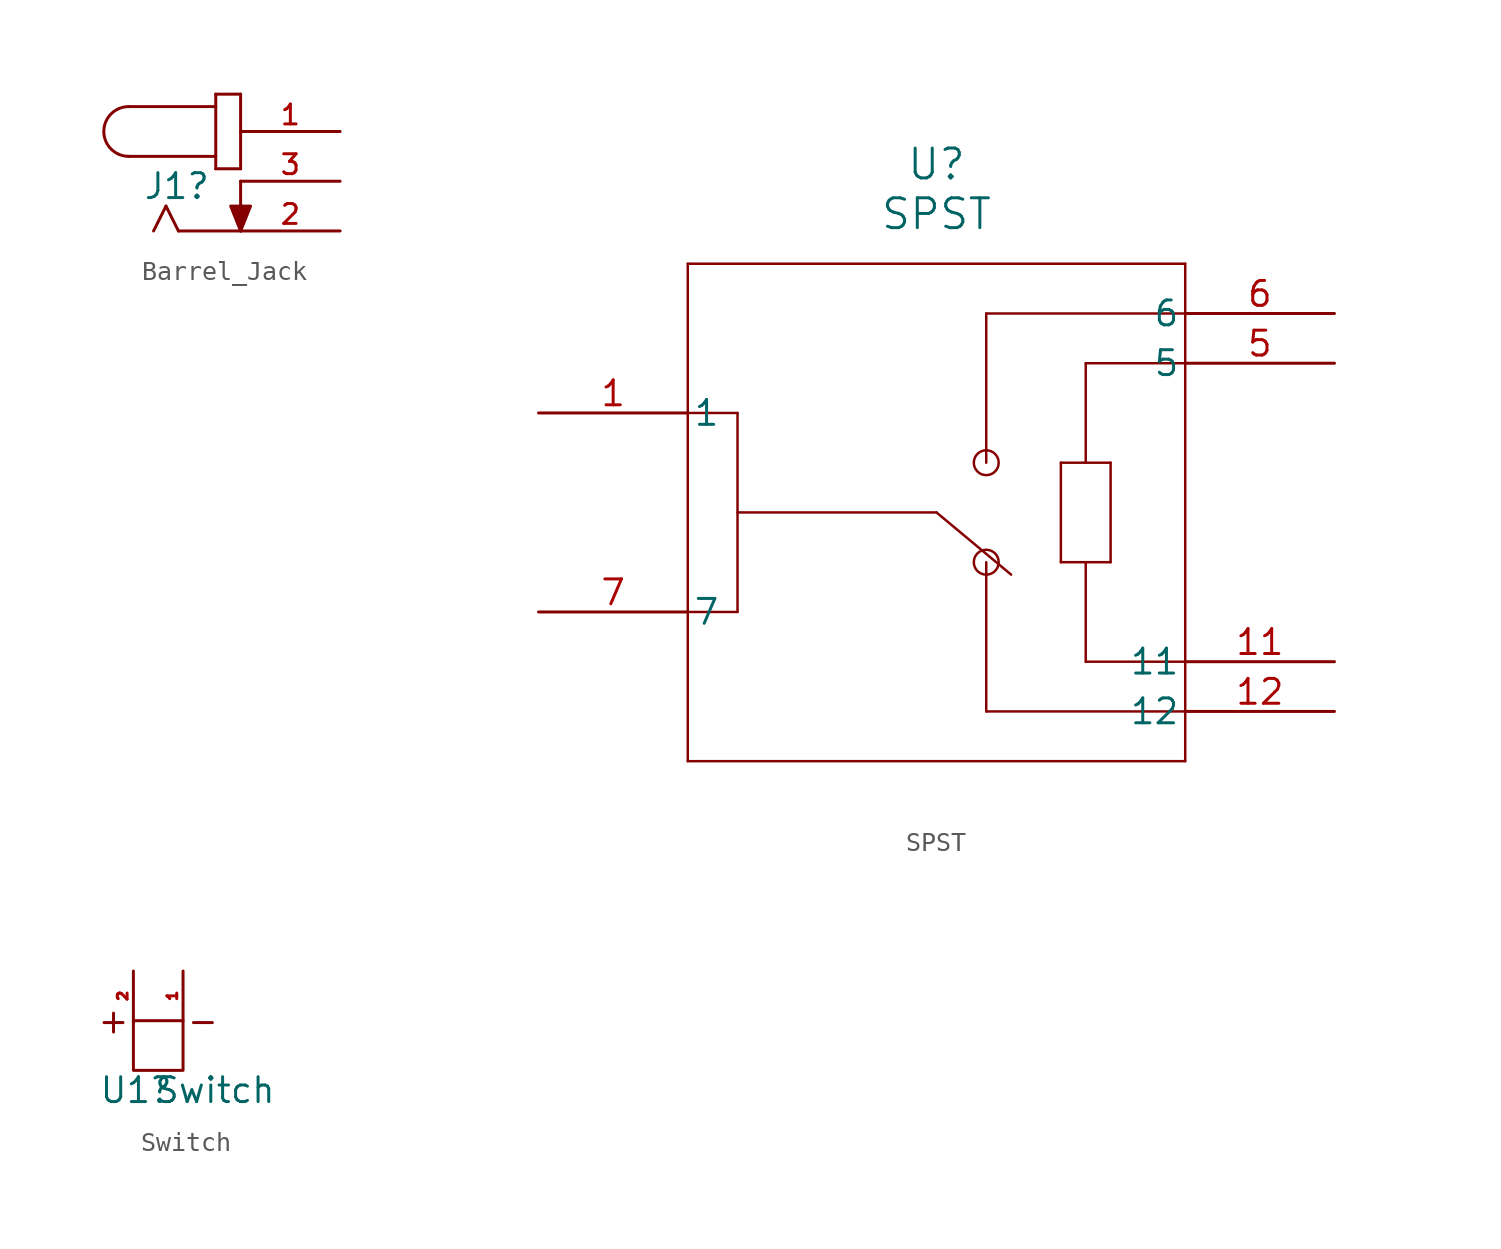
<source format=kicad_sym>
(kicad_symbol_lib
  (version 20231120)
  (generator "kicad_symbol_editor")
  (generator_version "8.0")
  (symbol "Barrel_Jack"
    (pin_names
      (offset 1.016))
    (property "Reference" "J1"
      (at -1.524 -0.254 0)
      (effects (font (size 1.27 1.27)) (justify right)))
    (symbol "Barrel_Jack_0_0"
      (arc (start -5.715 3.81) (mid -6.9794 2.54) (end -5.715 1.27) (stroke (width 0.1524) (type default)) (fill (type none)))
      (polyline (pts (xy -5.715 3.81) (xy -1.27 3.81)) (stroke (width 0.152) (type default)) (fill (type none)))
      (polyline (pts (xy -3.81 -1.27) (xy -4.445 -2.54)) (stroke (width 0.152) (type default)) (fill (type none)))
      (polyline (pts (xy -3.175 -2.54) (xy -3.81 -1.27)) (stroke (width 0.152) (type default)) (fill (type none)))
      (polyline (pts (xy -1.27 0.635) (xy 0 0.635)) (stroke (width 0.152) (type default)) (fill (type none)))
      (polyline (pts (xy -1.27 1.27) (xy -5.715 1.27)) (stroke (width 0.152) (type default)) (fill (type none)))
      (polyline (pts (xy -1.27 1.27) (xy -1.27 0.635)) (stroke (width 0.152) (type default)) (fill (type none)))
      (polyline (pts (xy -1.27 3.81) (xy -1.27 1.27)) (stroke (width 0.152) (type default)) (fill (type none)))
      (polyline (pts (xy -1.27 4.445) (xy -1.27 3.81)) (stroke (width 0.152) (type default)) (fill (type none)))
      (polyline (pts (xy 0 -2.54) (xy -3.175 -2.54)) (stroke (width 0.152) (type default)) (fill (type none)))
      (polyline (pts (xy 0 0) (xy 0 -2.54)) (stroke (width 0.152) (type default)) (fill (type none)))
      (polyline (pts (xy 0 0.635) (xy 0 4.445)) (stroke (width 0.152) (type default)) (fill (type none)))
      (polyline (pts (xy 0 4.445) (xy -1.27 4.445)) (stroke (width 0.152) (type default)) (fill (type none)))
      (polyline (pts (xy 0 -2.54) (xy -0.508 -1.27) (xy 0.508 -1.27) (xy 0 -2.54)) (stroke (width 0.152) (type default)) (fill (type outline)))
      (pin passive line (at 5.08 2.54 180) (length 5.08) (name "~" (effects (font (size 1.016 1.016)))) (number "1" (effects (font (size 1.016 1.016)))))
      (pin passive line (at 5.08 -2.54 180) (length 5.08) (name "~" (effects (font (size 1.016 1.016)))) (number "2" (effects (font (size 1.016 1.016)))))
      (pin passive line (at 5.08 0 180) (length 5.08) (name "~" (effects (font (size 1.016 1.016)))) (number "3" (effects (font (size 1.016 1.016)))))))
  (symbol "SPST"
    (pin_names
      (offset 0.254))
    (property "Reference" "U"
      (at 20.32 10.16 0)
      (effects (font (size 1.524 1.524))))
    (property "Value" "SPST"
      (at 20.32 7.62 0)
      (effects (font (size 1.524 1.524))))
    (symbol "SPST_0_1"
      (polyline (pts (xy 7.62 -20.32) (xy 33.02 -20.32)) (stroke (width 0.127) (type default)) (fill (type none)))
      (polyline (pts (xy 7.62 -2.54) (xy 10.16 -2.54)) (stroke (width 0.127) (type default)) (fill (type none)))
      (polyline (pts (xy 7.62 5.08) (xy 7.62 -20.32)) (stroke (width 0.127) (type default)) (fill (type none)))
      (polyline (pts (xy 10.16 -12.7) (xy 7.62 -12.7)) (stroke (width 0.127) (type default)) (fill (type none)))
      (polyline (pts (xy 10.16 -7.62) (xy 20.32 -7.62)) (stroke (width 0.127) (type default)) (fill (type none)))
      (polyline (pts (xy 10.16 -2.54) (xy 10.16 -12.7)) (stroke (width 0.127) (type default)) (fill (type none)))
      (polyline (pts (xy 20.32 -7.62) (xy 24.13 -10.795)) (stroke (width 0.127) (type default)) (fill (type none)))
      (polyline (pts (xy 22.86 -17.78) (xy 33.02 -17.78)) (stroke (width 0.127) (type default)) (fill (type none)))
      (polyline (pts (xy 22.86 -10.16) (xy 22.86 -17.78)) (stroke (width 0.127) (type default)) (fill (type none)))
      (polyline (pts (xy 22.86 2.54) (xy 22.86 -5.08)) (stroke (width 0.127) (type default)) (fill (type none)))
      (polyline (pts (xy 26.67 -10.16) (xy 29.21 -10.16)) (stroke (width 0.127) (type default)) (fill (type none)))
      (polyline (pts (xy 26.67 -5.08) (xy 26.67 -10.16)) (stroke (width 0.127) (type default)) (fill (type none)))
      (polyline (pts (xy 26.67 -5.08) (xy 29.21 -5.08)) (stroke (width 0.127) (type default)) (fill (type none)))
      (polyline (pts (xy 27.94 -15.24) (xy 33.02 -15.24)) (stroke (width 0.127) (type default)) (fill (type none)))
      (polyline (pts (xy 27.94 -10.16) (xy 27.94 -15.24)) (stroke (width 0.127) (type default)) (fill (type none)))
      (polyline (pts (xy 27.94 -5.08) (xy 27.94 0)) (stroke (width 0.127) (type default)) (fill (type none)))
      (polyline (pts (xy 29.21 -10.16) (xy 29.21 -5.08)) (stroke (width 0.127) (type default)) (fill (type none)))
      (polyline (pts (xy 33.02 -20.32) (xy 33.02 5.08)) (stroke (width 0.127) (type default)) (fill (type none)))
      (polyline (pts (xy 33.02 0) (xy 27.94 0)) (stroke (width 0.127) (type default)) (fill (type none)))
      (polyline (pts (xy 33.02 2.54) (xy 22.86 2.54)) (stroke (width 0.127) (type default)) (fill (type none)))
      (polyline (pts (xy 33.02 5.08) (xy 7.62 5.08)) (stroke (width 0.127) (type default)) (fill (type none)))
      (circle (center 22.86 -10.16) (radius 0.635) (stroke (width 0.127) (type default)) (fill (type none)))
      (circle (center 22.86 -5.08) (radius 0.635) (stroke (width 0.127) (type default)) (fill (type none)))
      (pin unspecified line (at 0 -2.54 0) (length 7.62) (name "1" (effects (font (size 1.27 1.27)))) (number "1" (effects (font (size 1.27 1.27)))))
      (pin unspecified line (at 40.64 -15.24 180) (length 7.62) (name "11" (effects (font (size 1.27 1.27)))) (number "11" (effects (font (size 1.27 1.27)))))
      (pin unspecified line (at 40.64 -17.78 180) (length 7.62) (name "12" (effects (font (size 1.27 1.27)))) (number "12" (effects (font (size 1.27 1.27)))))
      (pin unspecified line (at 40.64 0 180) (length 7.62) (name "5" (effects (font (size 1.27 1.27)))) (number "5" (effects (font (size 1.27 1.27)))))
      (pin unspecified line (at 40.64 2.54 180) (length 7.62) (name "6" (effects (font (size 1.27 1.27)))) (number "6" (effects (font (size 1.27 1.27)))))
      (pin unspecified line (at 0 -12.7 0) (length 7.62) (name "7" (effects (font (size 1.27 1.27)))) (number "7" (effects (font (size 1.27 1.27)))))))
  (symbol "Switch"
    (property "Reference" "U1"
      (at -3.048 -2.286 0)
      (effects (font (size 1.27 1.27)) (justify left)))
    (property "Value" "Switch"
      (at -0.254 -2.286 0)
      (effects (font (size 1.27 1.27)) (justify left)))
    (symbol "Switch_0_1"
      (rectangle (start -1.27 1.27) (end 1.27 -1.27) (stroke (width 0) (type default)) (fill (type none))))
    (symbol "Switch_1_1"
      (text "+\n" (at -2.286 1.27 0) (effects (font (size 1.27 1.27))))
      (text "-" (at 2.286 1.27 0) (effects (font (size 1.27 1.27))))
      (pin input line (at 1.27 3.81 270) (length 2.54) (name "" (effects (font (size 0.5 0.5)))) (number "1" (effects (font (size 0.5 0.5)))))
      (pin input line (at -1.27 3.81 270) (length 2.54) (name "" (effects (font (size 0.5 0.5)))) (number "2" (effects (font (size 0.5 0.5))))))))
</source>
